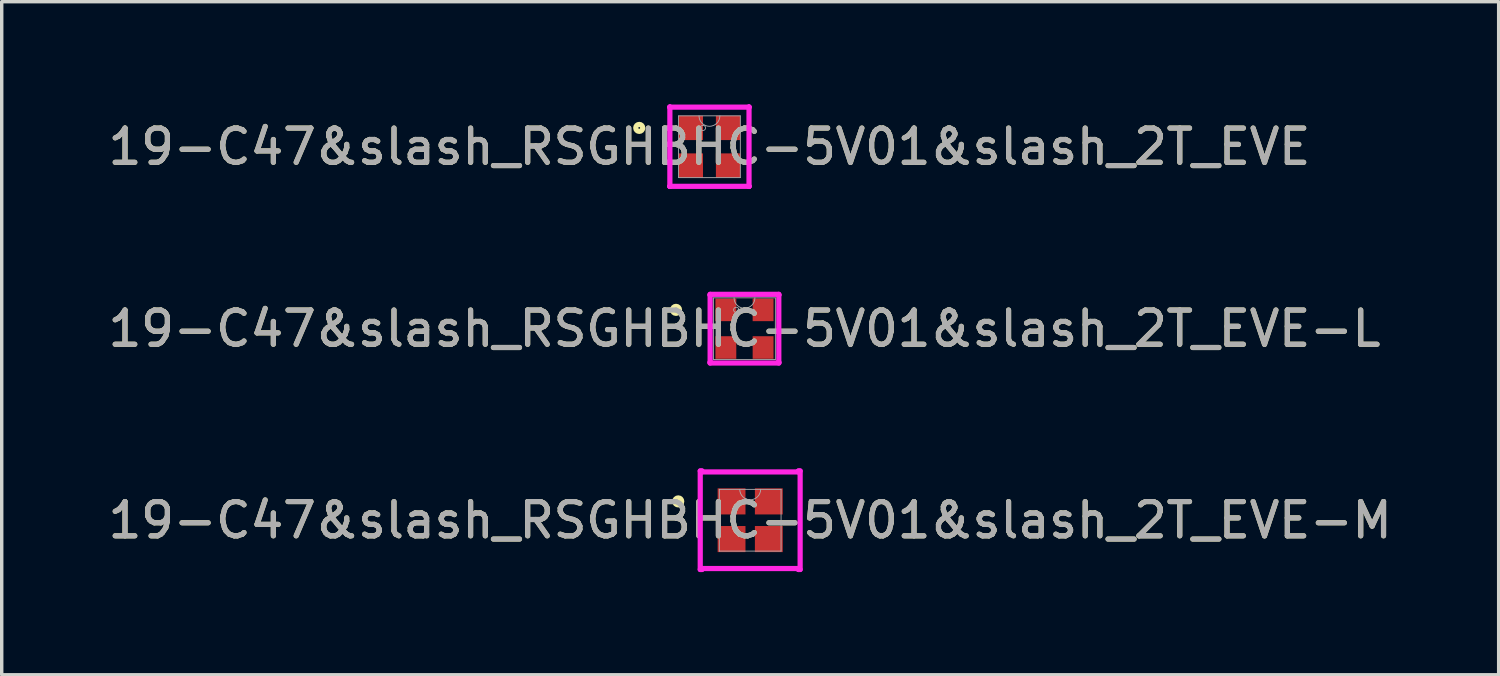
<source format=kicad_pcb>
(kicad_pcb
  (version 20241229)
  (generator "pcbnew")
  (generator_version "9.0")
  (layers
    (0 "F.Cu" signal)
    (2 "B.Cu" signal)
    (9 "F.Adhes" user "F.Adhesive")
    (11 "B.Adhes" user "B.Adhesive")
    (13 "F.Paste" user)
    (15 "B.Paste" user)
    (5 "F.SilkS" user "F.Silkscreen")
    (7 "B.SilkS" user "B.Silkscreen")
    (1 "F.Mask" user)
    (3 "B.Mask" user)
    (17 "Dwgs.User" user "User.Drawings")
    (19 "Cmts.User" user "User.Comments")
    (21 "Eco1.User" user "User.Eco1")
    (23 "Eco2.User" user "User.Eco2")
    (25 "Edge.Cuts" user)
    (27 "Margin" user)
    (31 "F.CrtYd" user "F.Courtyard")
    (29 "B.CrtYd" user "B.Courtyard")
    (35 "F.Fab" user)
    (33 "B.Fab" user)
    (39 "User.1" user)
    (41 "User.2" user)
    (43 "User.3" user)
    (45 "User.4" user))
  (footprint "19-C47&slash_RSGHBHC-5V01&slash_2T_EVE-L"
    (layer "F.Cu")
    (at 18.696 6.551)
    (property "Reference" "19-C47&slash_RSGHBHC-5V01&slash_2T_EVE-L" (at 0 0 0) (unlocked yes) (layer "F.SilkS") (effects (font (size 1 1) (thickness 0.15))))
    (attr smd)
    (fp_circle (center -2 -0.55) (end -1.898 -0.55) (stroke (width 0.152) (type solid)) (fill no) (layer "F.SilkS"))
    (fp_line (start -1.003 -1.003) (end 1.003 -1.003) (stroke (width 0.152) (type solid)) (layer "F.CrtYd"))
    (fp_line (start -1.003 -0.982) (end -1.003 -1.003) (stroke (width 0.152) (type solid)) (layer "F.CrtYd"))
    (fp_line (start -1.003 -0.982) (end -1.003 -0.982) (stroke (width 0.152) (type solid)) (layer "F.CrtYd"))
    (fp_line (start -1.003 0.982) (end -1.003 -0.982) (stroke (width 0.152) (type solid)) (layer "F.CrtYd"))
    (fp_line (start -1.003 0.982) (end -1.003 0.982) (stroke (width 0.152) (type solid)) (layer "F.CrtYd"))
    (fp_line (start -1.003 1.003) (end -1.003 0.982) (stroke (width 0.152) (type solid)) (layer "F.CrtYd"))
    (fp_line (start 1.003 -1.003) (end 1.003 -0.982) (stroke (width 0.152) (type solid)) (layer "F.CrtYd"))
    (fp_line (start 1.003 -0.982) (end 1.003 -0.982) (stroke (width 0.152) (type solid)) (layer "F.CrtYd"))
    (fp_line (start 1.003 -0.982) (end 1.003 0.982) (stroke (width 0.152) (type solid)) (layer "F.CrtYd"))
    (fp_line (start 1.003 0.982) (end 1.003 0.982) (stroke (width 0.152) (type solid)) (layer "F.CrtYd"))
    (fp_line (start 1.003 0.982) (end 1.003 1.003) (stroke (width 0.152) (type solid)) (layer "F.CrtYd"))
    (fp_line (start 1.003 1.003) (end -1.003 1.003) (stroke (width 0.152) (type solid)) (layer "F.CrtYd"))
    (fp_line (start -0.902 -0.902) (end -0.902 0.902) (stroke (width 0.025) (type solid)) (layer "F.Fab"))
    (fp_line (start -0.902 0.902) (end 0.902 0.902) (stroke (width 0.025) (type solid)) (layer "F.Fab"))
    (fp_line (start 0.902 -0.902) (end -0.902 -0.902) (stroke (width 0.025) (type solid)) (layer "F.Fab"))
    (fp_line (start 0.902 0.902) (end 0.902 -0.902) (stroke (width 0.025) (type solid)) (layer "F.Fab"))
    (fp_arc (start 0.3048 -0.9017) (mid 0 -0.5969) (end -0.3048 -0.9017) (stroke (width 0.0254) (type solid)) (layer "F.Fab"))
    (fp_circle (center -0.24 -0.55) (end -0.163 -0.55) (stroke (width 0.025) (type solid)) (fill no) (layer "F.Fab"))
    (fp_text user "${REFERENCE}" (at 0 0 0) (unlocked yes) (layer "F.Fab") (effects (font (size 1 1) (thickness 0.15))))
    (pad "1" smd rect (at -0.544 -0.55) (size 0.61 0.66) (layers "F.Cu" "F.Mask" "F.Paste"))
    (pad "2" smd rect (at -0.544 0.55) (size 0.61 0.66) (layers "F.Cu" "F.Mask" "F.Paste"))
    (pad "3" smd rect (at 0.544 0.55) (size 0.61 0.66) (layers "F.Cu" "F.Mask" "F.Paste"))
    (pad "4" smd rect (at 0.544 -0.55) (size 0.61 0.66) (layers "F.Cu" "F.Mask" "F.Paste")))
  (footprint "19-C47&slash_RSGHBHC-5V01&slash_2T_EVE-M"
    (layer "F.Cu")
    (at 18.863 12.146)
    (property "Reference" "19-C47&slash_RSGHBHC-5V01&slash_2T_EVE-M" (at 0 0 0) (unlocked yes) (layer "F.SilkS") (effects (font (size 1 1) (thickness 0.15))))
    (attr smd)
    (fp_circle (center -2.102 -0.55) (end -2 -0.55) (stroke (width 0.152) (type solid)) (fill no) (layer "F.SilkS"))
    (fp_line (start -1.459 -1.439) (end -1.41 -1.439) (stroke (width 0.152) (type solid)) (layer "F.CrtYd"))
    (fp_line (start -1.459 1.439) (end -1.459 -1.439) (stroke (width 0.152) (type solid)) (layer "F.CrtYd"))
    (fp_line (start -1.459 1.439) (end -1.41 1.439) (stroke (width 0.152) (type solid)) (layer "F.CrtYd"))
    (fp_line (start -1.41 -1.439) (end -1.41 -1.41) (stroke (width 0.152) (type solid)) (layer "F.CrtYd"))
    (fp_line (start -1.41 -1.41) (end 1.41 -1.41) (stroke (width 0.152) (type solid)) (layer "F.CrtYd"))
    (fp_line (start -1.41 1.41) (end -1.41 1.439) (stroke (width 0.152) (type solid)) (layer "F.CrtYd"))
    (fp_line (start 1.41 -1.41) (end 1.41 -1.439) (stroke (width 0.152) (type solid)) (layer "F.CrtYd"))
    (fp_line (start 1.41 1.41) (end -1.41 1.41) (stroke (width 0.152) (type solid)) (layer "F.CrtYd"))
    (fp_line (start 1.41 1.439) (end 1.41 1.41) (stroke (width 0.152) (type solid)) (layer "F.CrtYd"))
    (fp_line (start 1.459 -1.439) (end 1.41 -1.439) (stroke (width 0.152) (type solid)) (layer "F.CrtYd"))
    (fp_line (start 1.459 -1.439) (end 1.459 1.439) (stroke (width 0.152) (type solid)) (layer "F.CrtYd"))
    (fp_line (start 1.459 1.439) (end 1.41 1.439) (stroke (width 0.152) (type solid)) (layer "F.CrtYd"))
    (fp_line (start -0.902 -0.902) (end -0.902 0.902) (stroke (width 0.025) (type solid)) (layer "F.Fab"))
    (fp_line (start -0.902 0.902) (end 0.902 0.902) (stroke (width 0.025) (type solid)) (layer "F.Fab"))
    (fp_line (start 0.902 -0.902) (end -0.902 -0.902) (stroke (width 0.025) (type solid)) (layer "F.Fab"))
    (fp_line (start 0.902 0.902) (end 0.902 -0.902) (stroke (width 0.025) (type solid)) (layer "F.Fab"))
    (fp_arc (start 0.3048 -0.9017) (mid 0 -0.5969) (end -0.3048 -0.9017) (stroke (width 0.0254) (type solid)) (layer "F.Fab"))
    (fp_circle (center -0.138 -0.55) (end -0.062 -0.55) (stroke (width 0.025) (type solid)) (fill no) (layer "F.Fab"))
    (fp_text user "${REFERENCE}" (at 0 0 0) (unlocked yes) (layer "F.Fab") (effects (font (size 1 1) (thickness 0.15))))
    (pad "1" smd rect (at -0.544 -0.55) (size 0.813 0.762) (layers "F.Cu" "F.Mask" "F.Paste"))
    (pad "2" smd rect (at -0.544 0.55) (size 0.813 0.762) (layers "F.Cu" "F.Mask" "F.Paste"))
    (pad "3" smd rect (at 0.544 0.55) (size 0.813 0.762) (layers "F.Cu" "F.Mask" "F.Paste"))
    (pad "4" smd rect (at 0.544 -0.55) (size 0.813 0.762) (layers "F.Cu" "F.Mask" "F.Paste")))
  (footprint "19-C47&slash_RSGHBHC-5V01&slash_2T_EVE"
    (layer "F.Cu")
    (at 17.673 1.236)
    (property "Reference" "19-C47&slash_RSGHBHC-5V01&slash_2T_EVE" (at 0 0 0) (unlocked yes) (layer "F.SilkS") (effects (font (size 1 1) (thickness 0.15))))
    (attr smd)
    (fp_circle (center -2.051 -0.55) (end -1.949 -0.55) (stroke (width 0.152) (type solid)) (fill no) (layer "F.SilkS"))
    (fp_line (start -1.156 -1.16) (end -1.156 -1.16) (stroke (width 0.152) (type solid)) (layer "F.CrtYd"))
    (fp_line (start -1.156 -1.16) (end -1.156 -1.156) (stroke (width 0.152) (type solid)) (layer "F.CrtYd"))
    (fp_line (start -1.156 -1.156) (end 1.156 -1.156) (stroke (width 0.152) (type solid)) (layer "F.CrtYd"))
    (fp_line (start -1.156 1.156) (end -1.156 1.16) (stroke (width 0.152) (type solid)) (layer "F.CrtYd"))
    (fp_line (start -1.156 1.16) (end -1.156 -1.16) (stroke (width 0.152) (type solid)) (layer "F.CrtYd"))
    (fp_line (start -1.156 1.16) (end -1.156 1.16) (stroke (width 0.152) (type solid)) (layer "F.CrtYd"))
    (fp_line (start 1.156 -1.16) (end 1.156 -1.16) (stroke (width 0.152) (type solid)) (layer "F.CrtYd"))
    (fp_line (start 1.156 -1.16) (end 1.156 1.16) (stroke (width 0.152) (type solid)) (layer "F.CrtYd"))
    (fp_line (start 1.156 -1.156) (end 1.156 -1.16) (stroke (width 0.152) (type solid)) (layer "F.CrtYd"))
    (fp_line (start 1.156 1.156) (end -1.156 1.156) (stroke (width 0.152) (type solid)) (layer "F.CrtYd"))
    (fp_line (start 1.156 1.16) (end 1.156 1.156) (stroke (width 0.152) (type solid)) (layer "F.CrtYd"))
    (fp_line (start 1.156 1.16) (end 1.156 1.16) (stroke (width 0.152) (type solid)) (layer "F.CrtYd"))
    (fp_line (start -0.902 -0.902) (end -0.902 0.902) (stroke (width 0.025) (type solid)) (layer "F.Fab"))
    (fp_line (start -0.902 0.902) (end 0.902 0.902) (stroke (width 0.025) (type solid)) (layer "F.Fab"))
    (fp_line (start 0.902 -0.902) (end -0.902 -0.902) (stroke (width 0.025) (type solid)) (layer "F.Fab"))
    (fp_line (start 0.902 0.902) (end 0.902 -0.902) (stroke (width 0.025) (type solid)) (layer "F.Fab"))
    (fp_arc (start 0.3048 -0.9017) (mid 0 -0.5969) (end -0.3048 -0.9017) (stroke (width 0.0254) (type solid)) (layer "F.Fab"))
    (fp_circle (center -0.189 -0.55) (end -0.113 -0.55) (stroke (width 0.025) (type solid)) (fill no) (layer "F.Fab"))
    (fp_text user "${REFERENCE}" (at 0 0 0) (unlocked yes) (layer "F.Fab") (effects (font (size 1 1) (thickness 0.15))))
    (pad "1" smd rect (at -0.544 -0.55) (size 0.711 0.711) (layers "F.Cu" "F.Mask" "F.Paste"))
    (pad "2" smd rect (at -0.544 0.55) (size 0.711 0.711) (layers "F.Cu" "F.Mask" "F.Paste"))
    (pad "3" smd rect (at 0.544 0.55) (size 0.711 0.711) (layers "F.Cu" "F.Mask" "F.Paste"))
    (pad "4" smd rect (at 0.544 -0.55) (size 0.711 0.711) (layers "F.Cu" "F.Mask" "F.Paste")))
  (gr_rect
    (start -3 -3)
    (end 40.726 16.661)
    (stroke (width 0.1) (type default))
    (fill no)
    (layer "Edge.Cuts")))
</source>
